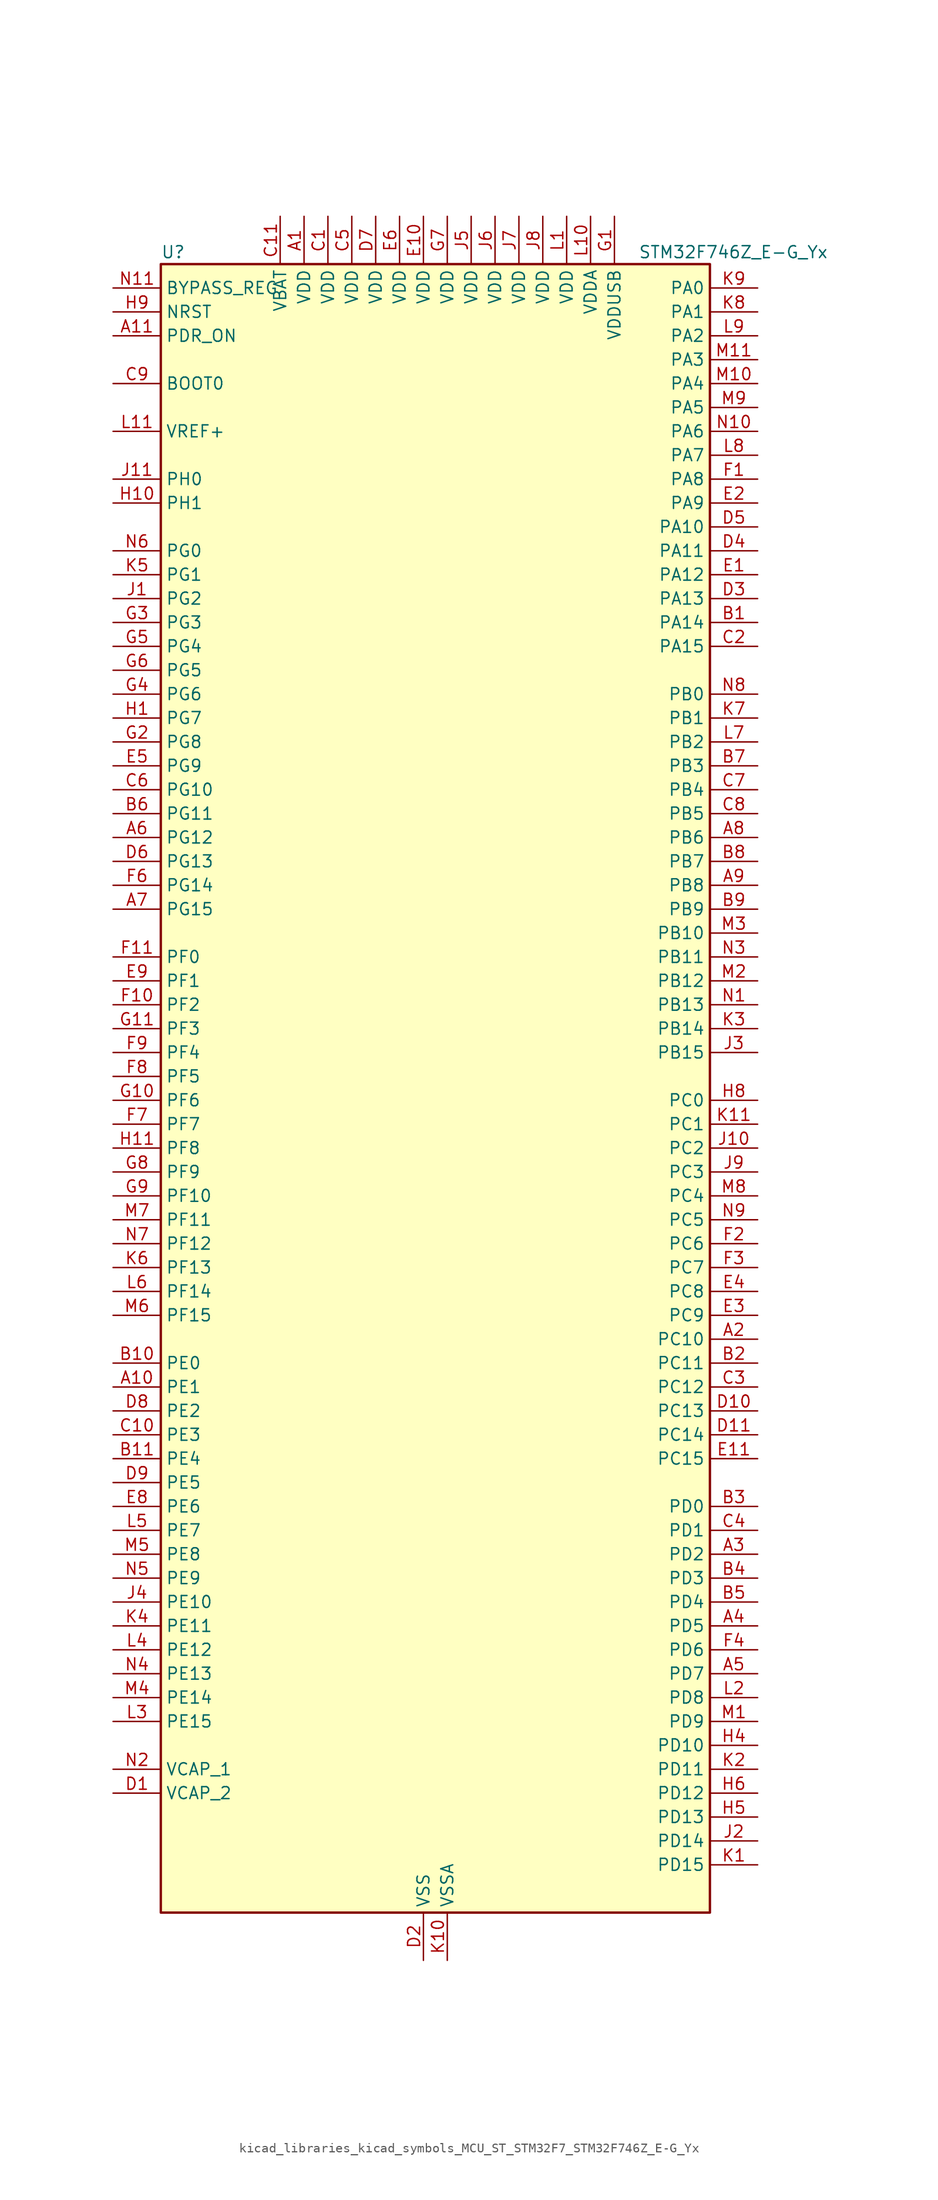
<source format=kicad_sym>
(kicad_symbol_lib
  (version 20220914)
  (generator kicad_symbol_editor)
  (symbol "kicad_libraries_kicad_symbols_MCU_ST_STM32F7_STM32F746Z_E-G_Yx"
    (property "Reference" "U"
      (at -27.94 90.17 0)
      (effects (font (size 1.27 1.27)) (justify left)))
    (property "Value" "STM32F746Z_E-G_Yx"
      (at 22.86 90.17 0)
      (effects (font (size 1.27 1.27)) (justify left)))
    (property "ki_locked" ""
      (at 0 0 0)
      (effects (font (size 1.27 1.27))))
    (symbol "kicad_libraries_kicad_symbols_MCU_ST_STM32F7_STM32F746Z_E-G_Yx_0_1"
      (rectangle (start -27.94 -86.36) (end 30.48 88.9) (stroke (width 0.254) (type default)) (fill (type background))))
    (symbol "kicad_libraries_kicad_symbols_MCU_ST_STM32F7_STM32F746Z_E-G_Yx_1_1"
      (pin power_in line (at -12.7 93.98 270) (length 5.08) (name "VDD" (effects (font (size 1.27 1.27)))) (number "A1" (effects (font (size 1.27 1.27)))))
      (pin bidirectional line (at -33.02 -30.48 0) (length 5.08) (name "PE1" (effects (font (size 1.27 1.27)))) (number "A10" (effects (font (size 1.27 1.27)))) (alternate "DCMI_D3" bidirectional line) (alternate "FMC_NBL1" bidirectional line) (alternate "LPTIM1_IN2" bidirectional line) (alternate "UART8_TX" bidirectional line))
      (pin input line (at -33.02 81.28 0) (length 5.08) (name "PDR_ON" (effects (font (size 1.27 1.27)))) (number "A11" (effects (font (size 1.27 1.27)))))
      (pin bidirectional line (at 35.56 -25.4 180) (length 5.08) (name "PC10" (effects (font (size 1.27 1.27)))) (number "A2" (effects (font (size 1.27 1.27)))) (alternate "DCMI_D8" bidirectional line) (alternate "I2S3_CK" bidirectional line) (alternate "LTDC_R2" bidirectional line) (alternate "QUADSPI_BK1_IO1" bidirectional line) (alternate "SDMMC1_D2" bidirectional line) (alternate "SPI3_SCK" bidirectional line) (alternate "UART4_TX" bidirectional line) (alternate "USART3_TX" bidirectional line))
      (pin bidirectional line (at 35.56 -48.26 180) (length 5.08) (name "PD2" (effects (font (size 1.27 1.27)))) (number "A3" (effects (font (size 1.27 1.27)))) (alternate "DCMI_D11" bidirectional line) (alternate "SDMMC1_CMD" bidirectional line) (alternate "SYS_TRACED2" bidirectional line) (alternate "TIM3_ETR" bidirectional line) (alternate "UART5_RX" bidirectional line))
      (pin bidirectional line (at 35.56 -55.88 180) (length 5.08) (name "PD5" (effects (font (size 1.27 1.27)))) (number "A4" (effects (font (size 1.27 1.27)))) (alternate "FMC_NWE" bidirectional line) (alternate "USART2_TX" bidirectional line))
      (pin bidirectional line (at 35.56 -60.96 180) (length 5.08) (name "PD7" (effects (font (size 1.27 1.27)))) (number "A5" (effects (font (size 1.27 1.27)))) (alternate "FMC_NE1" bidirectional line) (alternate "SPDIFRX_IN0" bidirectional line) (alternate "USART2_CK" bidirectional line))
      (pin bidirectional line (at -33.02 27.94 0) (length 5.08) (name "PG12" (effects (font (size 1.27 1.27)))) (number "A6" (effects (font (size 1.27 1.27)))) (alternate "FMC_NE4" bidirectional line) (alternate "LPTIM1_IN1" bidirectional line) (alternate "LTDC_B1" bidirectional line) (alternate "LTDC_B4" bidirectional line) (alternate "SPDIFRX_IN1" bidirectional line) (alternate "SPI6_MISO" bidirectional line) (alternate "USART6_DE" bidirectional line) (alternate "USART6_RTS" bidirectional line))
      (pin bidirectional line (at -33.02 20.32 0) (length 5.08) (name "PG15" (effects (font (size 1.27 1.27)))) (number "A7" (effects (font (size 1.27 1.27)))) (alternate "DCMI_D13" bidirectional line) (alternate "FMC_SDNCAS" bidirectional line) (alternate "USART6_CTS" bidirectional line))
      (pin bidirectional line (at 35.56 27.94 180) (length 5.08) (name "PB6" (effects (font (size 1.27 1.27)))) (number "A8" (effects (font (size 1.27 1.27)))) (alternate "CAN2_TX" bidirectional line) (alternate "CEC" bidirectional line) (alternate "DCMI_D5" bidirectional line) (alternate "FMC_SDNE1" bidirectional line) (alternate "I2C1_SCL" bidirectional line) (alternate "QUADSPI_BK1_NCS" bidirectional line) (alternate "TIM4_CH1" bidirectional line) (alternate "USART1_TX" bidirectional line))
      (pin bidirectional line (at 35.56 22.86 180) (length 5.08) (name "PB8" (effects (font (size 1.27 1.27)))) (number "A9" (effects (font (size 1.27 1.27)))) (alternate "CAN1_RX" bidirectional line) (alternate "DCMI_D6" bidirectional line) (alternate "ETH_TXD3" bidirectional line) (alternate "I2C1_SCL" bidirectional line) (alternate "LTDC_B6" bidirectional line) (alternate "SDMMC1_D4" bidirectional line) (alternate "TIM10_CH1" bidirectional line) (alternate "TIM4_CH3" bidirectional line))
      (pin bidirectional line (at 35.56 50.8 180) (length 5.08) (name "PA14" (effects (font (size 1.27 1.27)))) (number "B1" (effects (font (size 1.27 1.27)))) (alternate "SYS_JTCK-SWCLK" bidirectional line))
      (pin bidirectional line (at -33.02 -27.94 0) (length 5.08) (name "PE0" (effects (font (size 1.27 1.27)))) (number "B10" (effects (font (size 1.27 1.27)))) (alternate "DCMI_D2" bidirectional line) (alternate "FMC_NBL0" bidirectional line) (alternate "LPTIM1_ETR" bidirectional line) (alternate "SAI2_MCLK_A" bidirectional line) (alternate "TIM4_ETR" bidirectional line) (alternate "UART8_RX" bidirectional line))
      (pin bidirectional line (at -33.02 -38.1 0) (length 5.08) (name "PE4" (effects (font (size 1.27 1.27)))) (number "B11" (effects (font (size 1.27 1.27)))) (alternate "DCMI_D4" bidirectional line) (alternate "FMC_A20" bidirectional line) (alternate "LTDC_B0" bidirectional line) (alternate "SAI1_FS_A" bidirectional line) (alternate "SPI4_NSS" bidirectional line) (alternate "SYS_TRACED1" bidirectional line))
      (pin bidirectional line (at 35.56 -27.94 180) (length 5.08) (name "PC11" (effects (font (size 1.27 1.27)))) (number "B2" (effects (font (size 1.27 1.27)))) (alternate "ADC1_EXTI11" bidirectional line) (alternate "ADC2_EXTI11" bidirectional line) (alternate "ADC3_EXTI11" bidirectional line) (alternate "DCMI_D4" bidirectional line) (alternate "QUADSPI_BK2_NCS" bidirectional line) (alternate "SDMMC1_D3" bidirectional line) (alternate "SPI3_MISO" bidirectional line) (alternate "UART4_RX" bidirectional line) (alternate "USART3_RX" bidirectional line))
      (pin bidirectional line (at 35.56 -43.18 180) (length 5.08) (name "PD0" (effects (font (size 1.27 1.27)))) (number "B3" (effects (font (size 1.27 1.27)))) (alternate "CAN1_RX" bidirectional line) (alternate "FMC_D2" bidirectional line) (alternate "FMC_DA2" bidirectional line))
      (pin bidirectional line (at 35.56 -50.8 180) (length 5.08) (name "PD3" (effects (font (size 1.27 1.27)))) (number "B4" (effects (font (size 1.27 1.27)))) (alternate "DCMI_D5" bidirectional line) (alternate "FMC_CLK" bidirectional line) (alternate "I2S2_CK" bidirectional line) (alternate "LTDC_G7" bidirectional line) (alternate "SPI2_SCK" bidirectional line) (alternate "USART2_CTS" bidirectional line))
      (pin bidirectional line (at 35.56 -53.34 180) (length 5.08) (name "PD4" (effects (font (size 1.27 1.27)))) (number "B5" (effects (font (size 1.27 1.27)))) (alternate "FMC_NOE" bidirectional line) (alternate "USART2_DE" bidirectional line) (alternate "USART2_RTS" bidirectional line))
      (pin bidirectional line (at -33.02 30.48 0) (length 5.08) (name "PG11" (effects (font (size 1.27 1.27)))) (number "B6" (effects (font (size 1.27 1.27)))) (alternate "ADC1_EXTI11" bidirectional line) (alternate "ADC2_EXTI11" bidirectional line) (alternate "ADC3_EXTI11" bidirectional line) (alternate "DCMI_D3" bidirectional line) (alternate "ETH_TX_EN" bidirectional line) (alternate "LTDC_B3" bidirectional line) (alternate "SPDIFRX_IN0" bidirectional line))
      (pin bidirectional line (at 35.56 35.56 180) (length 5.08) (name "PB3" (effects (font (size 1.27 1.27)))) (number "B7" (effects (font (size 1.27 1.27)))) (alternate "I2S1_CK" bidirectional line) (alternate "I2S3_CK" bidirectional line) (alternate "SPI1_SCK" bidirectional line) (alternate "SPI3_SCK" bidirectional line) (alternate "SYS_JTDO-SWO" bidirectional line) (alternate "TIM2_CH2" bidirectional line))
      (pin bidirectional line (at 35.56 25.4 180) (length 5.08) (name "PB7" (effects (font (size 1.27 1.27)))) (number "B8" (effects (font (size 1.27 1.27)))) (alternate "DCMI_VSYNC" bidirectional line) (alternate "FMC_NL" bidirectional line) (alternate "I2C1_SDA" bidirectional line) (alternate "TIM4_CH2" bidirectional line) (alternate "USART1_RX" bidirectional line))
      (pin bidirectional line (at 35.56 20.32 180) (length 5.08) (name "PB9" (effects (font (size 1.27 1.27)))) (number "B9" (effects (font (size 1.27 1.27)))) (alternate "CAN1_TX" bidirectional line) (alternate "DAC_EXTI9" bidirectional line) (alternate "DCMI_D7" bidirectional line) (alternate "I2C1_SDA" bidirectional line) (alternate "I2S2_WS" bidirectional line) (alternate "LTDC_B7" bidirectional line) (alternate "SDMMC1_D5" bidirectional line) (alternate "SPI2_NSS" bidirectional line) (alternate "TIM11_CH1" bidirectional line) (alternate "TIM4_CH4" bidirectional line))
      (pin power_in line (at -10.16 93.98 270) (length 5.08) (name "VDD" (effects (font (size 1.27 1.27)))) (number "C1" (effects (font (size 1.27 1.27)))))
      (pin bidirectional line (at -33.02 -35.56 0) (length 5.08) (name "PE3" (effects (font (size 1.27 1.27)))) (number "C10" (effects (font (size 1.27 1.27)))) (alternate "FMC_A19" bidirectional line) (alternate "SAI1_SD_B" bidirectional line) (alternate "SYS_TRACED0" bidirectional line))
      (pin power_in line (at -15.24 93.98 270) (length 5.08) (name "VBAT" (effects (font (size 1.27 1.27)))) (number "C11" (effects (font (size 1.27 1.27)))))
      (pin bidirectional line (at 35.56 48.26 180) (length 5.08) (name "PA15" (effects (font (size 1.27 1.27)))) (number "C2" (effects (font (size 1.27 1.27)))) (alternate "CEC" bidirectional line) (alternate "I2S1_WS" bidirectional line) (alternate "I2S3_WS" bidirectional line) (alternate "SPI1_NSS" bidirectional line) (alternate "SPI3_NSS" bidirectional line) (alternate "SYS_JTDI" bidirectional line) (alternate "TIM2_CH1" bidirectional line) (alternate "TIM2_ETR" bidirectional line) (alternate "UART4_DE" bidirectional line) (alternate "UART4_RTS" bidirectional line))
      (pin bidirectional line (at 35.56 -30.48 180) (length 5.08) (name "PC12" (effects (font (size 1.27 1.27)))) (number "C3" (effects (font (size 1.27 1.27)))) (alternate "DCMI_D9" bidirectional line) (alternate "I2S3_SD" bidirectional line) (alternate "SDMMC1_CK" bidirectional line) (alternate "SPI3_MOSI" bidirectional line) (alternate "SYS_TRACED3" bidirectional line) (alternate "UART5_TX" bidirectional line) (alternate "USART3_CK" bidirectional line))
      (pin bidirectional line (at 35.56 -45.72 180) (length 5.08) (name "PD1" (effects (font (size 1.27 1.27)))) (number "C4" (effects (font (size 1.27 1.27)))) (alternate "CAN1_TX" bidirectional line) (alternate "FMC_D3" bidirectional line) (alternate "FMC_DA3" bidirectional line))
      (pin power_in line (at -7.62 93.98 270) (length 5.08) (name "VDD" (effects (font (size 1.27 1.27)))) (number "C5" (effects (font (size 1.27 1.27)))))
      (pin bidirectional line (at -33.02 33.02 0) (length 5.08) (name "PG10" (effects (font (size 1.27 1.27)))) (number "C6" (effects (font (size 1.27 1.27)))) (alternate "DCMI_D2" bidirectional line) (alternate "FMC_NE3" bidirectional line) (alternate "LTDC_B2" bidirectional line) (alternate "LTDC_G3" bidirectional line) (alternate "SAI2_SD_B" bidirectional line))
      (pin bidirectional line (at 35.56 33.02 180) (length 5.08) (name "PB4" (effects (font (size 1.27 1.27)))) (number "C7" (effects (font (size 1.27 1.27)))) (alternate "I2S2_WS" bidirectional line) (alternate "SPI1_MISO" bidirectional line) (alternate "SPI2_NSS" bidirectional line) (alternate "SPI3_MISO" bidirectional line) (alternate "SYS_JTRST" bidirectional line) (alternate "TIM3_CH1" bidirectional line))
      (pin bidirectional line (at 35.56 30.48 180) (length 5.08) (name "PB5" (effects (font (size 1.27 1.27)))) (number "C8" (effects (font (size 1.27 1.27)))) (alternate "CAN2_RX" bidirectional line) (alternate "DCMI_D10" bidirectional line) (alternate "ETH_PPS_OUT" bidirectional line) (alternate "FMC_SDCKE1" bidirectional line) (alternate "I2C1_SMBA" bidirectional line) (alternate "I2S1_SD" bidirectional line) (alternate "I2S3_SD" bidirectional line) (alternate "SPI1_MOSI" bidirectional line) (alternate "SPI3_MOSI" bidirectional line) (alternate "TIM3_CH2" bidirectional line) (alternate "USB_OTG_HS_ULPI_D7" bidirectional line))
      (pin input line (at -33.02 76.2 0) (length 5.08) (name "BOOT0" (effects (font (size 1.27 1.27)))) (number "C9" (effects (font (size 1.27 1.27)))))
      (pin power_out line (at -33.02 -73.66 0) (length 5.08) (name "VCAP_2" (effects (font (size 1.27 1.27)))) (number "D1" (effects (font (size 1.27 1.27)))))
      (pin bidirectional line (at 35.56 -33.02 180) (length 5.08) (name "PC13" (effects (font (size 1.27 1.27)))) (number "D10" (effects (font (size 1.27 1.27)))) (alternate "RTC_OUT" bidirectional line) (alternate "RTC_TAMP1" bidirectional line) (alternate "RTC_TS" bidirectional line) (alternate "SYS_WKUP4" bidirectional line))
      (pin bidirectional line (at 35.56 -35.56 180) (length 5.08) (name "PC14" (effects (font (size 1.27 1.27)))) (number "D11" (effects (font (size 1.27 1.27)))) (alternate "RCC_OSC32_IN" bidirectional line))
      (pin power_in line (at 0 -91.44 90) (length 5.08) (name "VSS" (effects (font (size 1.27 1.27)))) (number "D2" (effects (font (size 1.27 1.27)))))
      (pin bidirectional line (at 35.56 53.34 180) (length 5.08) (name "PA13" (effects (font (size 1.27 1.27)))) (number "D3" (effects (font (size 1.27 1.27)))) (alternate "SYS_JTMS-SWDIO" bidirectional line))
      (pin bidirectional line (at 35.56 58.42 180) (length 5.08) (name "PA11" (effects (font (size 1.27 1.27)))) (number "D4" (effects (font (size 1.27 1.27)))) (alternate "ADC1_EXTI11" bidirectional line) (alternate "ADC2_EXTI11" bidirectional line) (alternate "ADC3_EXTI11" bidirectional line) (alternate "CAN1_RX" bidirectional line) (alternate "LTDC_R4" bidirectional line) (alternate "TIM1_CH4" bidirectional line) (alternate "USART1_CTS" bidirectional line) (alternate "USB_OTG_FS_DM" bidirectional line))
      (pin bidirectional line (at 35.56 60.96 180) (length 5.08) (name "PA10" (effects (font (size 1.27 1.27)))) (number "D5" (effects (font (size 1.27 1.27)))) (alternate "DCMI_D1" bidirectional line) (alternate "TIM1_CH3" bidirectional line) (alternate "USART1_RX" bidirectional line) (alternate "USB_OTG_FS_ID" bidirectional line))
      (pin bidirectional line (at -33.02 25.4 0) (length 5.08) (name "PG13" (effects (font (size 1.27 1.27)))) (number "D6" (effects (font (size 1.27 1.27)))) (alternate "ETH_TXD0" bidirectional line) (alternate "FMC_A24" bidirectional line) (alternate "LPTIM1_OUT" bidirectional line) (alternate "LTDC_R0" bidirectional line) (alternate "SPI6_SCK" bidirectional line) (alternate "SYS_TRACED0" bidirectional line) (alternate "USART6_CTS" bidirectional line))
      (pin power_in line (at -5.08 93.98 270) (length 5.08) (name "VDD" (effects (font (size 1.27 1.27)))) (number "D7" (effects (font (size 1.27 1.27)))))
      (pin bidirectional line (at -33.02 -33.02 0) (length 5.08) (name "PE2" (effects (font (size 1.27 1.27)))) (number "D8" (effects (font (size 1.27 1.27)))) (alternate "ETH_TXD3" bidirectional line) (alternate "FMC_A23" bidirectional line) (alternate "QUADSPI_BK1_IO2" bidirectional line) (alternate "SAI1_MCLK_A" bidirectional line) (alternate "SPI4_SCK" bidirectional line) (alternate "SYS_TRACECLK" bidirectional line))
      (pin bidirectional line (at -33.02 -40.64 0) (length 5.08) (name "PE5" (effects (font (size 1.27 1.27)))) (number "D9" (effects (font (size 1.27 1.27)))) (alternate "DCMI_D6" bidirectional line) (alternate "FMC_A21" bidirectional line) (alternate "LTDC_G0" bidirectional line) (alternate "SAI1_SCK_A" bidirectional line) (alternate "SPI4_MISO" bidirectional line) (alternate "SYS_TRACED2" bidirectional line) (alternate "TIM9_CH1" bidirectional line))
      (pin bidirectional line (at 35.56 55.88 180) (length 5.08) (name "PA12" (effects (font (size 1.27 1.27)))) (number "E1" (effects (font (size 1.27 1.27)))) (alternate "CAN1_TX" bidirectional line) (alternate "LTDC_R5" bidirectional line) (alternate "SAI2_FS_B" bidirectional line) (alternate "TIM1_ETR" bidirectional line) (alternate "USART1_DE" bidirectional line) (alternate "USART1_RTS" bidirectional line) (alternate "USB_OTG_FS_DP" bidirectional line))
      (pin power_in line (at 0 93.98 270) (length 5.08) (name "VDD" (effects (font (size 1.27 1.27)))) (number "E10" (effects (font (size 1.27 1.27)))))
      (pin bidirectional line (at 35.56 -38.1 180) (length 5.08) (name "PC15" (effects (font (size 1.27 1.27)))) (number "E11" (effects (font (size 1.27 1.27)))) (alternate "RCC_OSC32_OUT" bidirectional line))
      (pin bidirectional line (at 35.56 63.5 180) (length 5.08) (name "PA9" (effects (font (size 1.27 1.27)))) (number "E2" (effects (font (size 1.27 1.27)))) (alternate "DAC_EXTI9" bidirectional line) (alternate "DCMI_D0" bidirectional line) (alternate "I2C3_SMBA" bidirectional line) (alternate "I2S2_CK" bidirectional line) (alternate "SPI2_SCK" bidirectional line) (alternate "TIM1_CH2" bidirectional line) (alternate "USART1_TX" bidirectional line) (alternate "USB_OTG_FS_VBUS" bidirectional line))
      (pin bidirectional line (at 35.56 -22.86 180) (length 5.08) (name "PC9" (effects (font (size 1.27 1.27)))) (number "E3" (effects (font (size 1.27 1.27)))) (alternate "DAC_EXTI9" bidirectional line) (alternate "DCMI_D3" bidirectional line) (alternate "I2C3_SDA" bidirectional line) (alternate "I2S_CKIN" bidirectional line) (alternate "QUADSPI_BK1_IO0" bidirectional line) (alternate "RCC_MCO_2" bidirectional line) (alternate "SDMMC1_D1" bidirectional line) (alternate "TIM3_CH4" bidirectional line) (alternate "TIM8_CH4" bidirectional line) (alternate "UART5_CTS" bidirectional line))
      (pin bidirectional line (at 35.56 -20.32 180) (length 5.08) (name "PC8" (effects (font (size 1.27 1.27)))) (number "E4" (effects (font (size 1.27 1.27)))) (alternate "DCMI_D2" bidirectional line) (alternate "SDMMC1_D0" bidirectional line) (alternate "SYS_TRACED1" bidirectional line) (alternate "TIM3_CH3" bidirectional line) (alternate "TIM8_CH3" bidirectional line) (alternate "UART5_DE" bidirectional line) (alternate "UART5_RTS" bidirectional line) (alternate "USART6_CK" bidirectional line))
      (pin bidirectional line (at -33.02 35.56 0) (length 5.08) (name "PG9" (effects (font (size 1.27 1.27)))) (number "E5" (effects (font (size 1.27 1.27)))) (alternate "DAC_EXTI9" bidirectional line) (alternate "DCMI_VSYNC" bidirectional line) (alternate "FMC_NCE" bidirectional line) (alternate "FMC_NE2" bidirectional line) (alternate "QUADSPI_BK2_IO2" bidirectional line) (alternate "SAI2_FS_B" bidirectional line) (alternate "SPDIFRX_IN3" bidirectional line) (alternate "USART6_RX" bidirectional line))
      (pin power_in line (at -2.54 93.98 270) (length 5.08) (name "VDD" (effects (font (size 1.27 1.27)))) (number "E6" (effects (font (size 1.27 1.27)))))
      (pin passive line (at 0 -91.44 90) (length 5.08) hide (name "VSS" (effects (font (size 1.27 1.27)))) (number "E7" (effects (font (size 1.27 1.27)))))
      (pin bidirectional line (at -33.02 -43.18 0) (length 5.08) (name "PE6" (effects (font (size 1.27 1.27)))) (number "E8" (effects (font (size 1.27 1.27)))) (alternate "DCMI_D7" bidirectional line) (alternate "FMC_A22" bidirectional line) (alternate "LTDC_G1" bidirectional line) (alternate "SAI1_SD_A" bidirectional line) (alternate "SAI2_MCLK_B" bidirectional line) (alternate "SPI4_MOSI" bidirectional line) (alternate "SYS_TRACED3" bidirectional line) (alternate "TIM1_BKIN2" bidirectional line) (alternate "TIM9_CH2" bidirectional line))
      (pin bidirectional line (at -33.02 12.7 0) (length 5.08) (name "PF1" (effects (font (size 1.27 1.27)))) (number "E9" (effects (font (size 1.27 1.27)))) (alternate "FMC_A1" bidirectional line) (alternate "I2C2_SCL" bidirectional line))
      (pin bidirectional line (at 35.56 66.04 180) (length 5.08) (name "PA8" (effects (font (size 1.27 1.27)))) (number "F1" (effects (font (size 1.27 1.27)))) (alternate "I2C3_SCL" bidirectional line) (alternate "LTDC_R6" bidirectional line) (alternate "RCC_MCO_1" bidirectional line) (alternate "TIM1_CH1" bidirectional line) (alternate "TIM8_BKIN2" bidirectional line) (alternate "USART1_CK" bidirectional line) (alternate "USB_OTG_FS_SOF" bidirectional line))
      (pin bidirectional line (at -33.02 10.16 0) (length 5.08) (name "PF2" (effects (font (size 1.27 1.27)))) (number "F10" (effects (font (size 1.27 1.27)))) (alternate "FMC_A2" bidirectional line) (alternate "I2C2_SMBA" bidirectional line))
      (pin bidirectional line (at -33.02 15.24 0) (length 5.08) (name "PF0" (effects (font (size 1.27 1.27)))) (number "F11" (effects (font (size 1.27 1.27)))) (alternate "FMC_A0" bidirectional line) (alternate "I2C2_SDA" bidirectional line))
      (pin bidirectional line (at 35.56 -15.24 180) (length 5.08) (name "PC6" (effects (font (size 1.27 1.27)))) (number "F2" (effects (font (size 1.27 1.27)))) (alternate "DCMI_D0" bidirectional line) (alternate "I2S2_MCK" bidirectional line) (alternate "LTDC_HSYNC" bidirectional line) (alternate "SDMMC1_D6" bidirectional line) (alternate "TIM3_CH1" bidirectional line) (alternate "TIM8_CH1" bidirectional line) (alternate "USART6_TX" bidirectional line))
      (pin bidirectional line (at 35.56 -17.78 180) (length 5.08) (name "PC7" (effects (font (size 1.27 1.27)))) (number "F3" (effects (font (size 1.27 1.27)))) (alternate "DCMI_D1" bidirectional line) (alternate "I2S3_MCK" bidirectional line) (alternate "LTDC_G6" bidirectional line) (alternate "SDMMC1_D7" bidirectional line) (alternate "TIM3_CH2" bidirectional line) (alternate "TIM8_CH2" bidirectional line) (alternate "USART6_RX" bidirectional line))
      (pin bidirectional line (at 35.56 -58.42 180) (length 5.08) (name "PD6" (effects (font (size 1.27 1.27)))) (number "F4" (effects (font (size 1.27 1.27)))) (alternate "DCMI_D10" bidirectional line) (alternate "FMC_NWAIT" bidirectional line) (alternate "I2S3_SD" bidirectional line) (alternate "LTDC_B2" bidirectional line) (alternate "SAI1_SD_A" bidirectional line) (alternate "SPI3_MOSI" bidirectional line) (alternate "USART2_RX" bidirectional line))
      (pin passive line (at 0 -91.44 90) (length 5.08) hide (name "VSS" (effects (font (size 1.27 1.27)))) (number "F5" (effects (font (size 1.27 1.27)))))
      (pin bidirectional line (at -33.02 22.86 0) (length 5.08) (name "PG14" (effects (font (size 1.27 1.27)))) (number "F6" (effects (font (size 1.27 1.27)))) (alternate "ETH_TXD1" bidirectional line) (alternate "FMC_A25" bidirectional line) (alternate "LPTIM1_ETR" bidirectional line) (alternate "LTDC_B0" bidirectional line) (alternate "QUADSPI_BK2_IO3" bidirectional line) (alternate "SPI6_MOSI" bidirectional line) (alternate "SYS_TRACED1" bidirectional line) (alternate "USART6_TX" bidirectional line))
      (pin bidirectional line (at -33.02 -2.54 0) (length 5.08) (name "PF7" (effects (font (size 1.27 1.27)))) (number "F7" (effects (font (size 1.27 1.27)))) (alternate "ADC3_IN5" bidirectional line) (alternate "QUADSPI_BK1_IO2" bidirectional line) (alternate "SAI1_MCLK_B" bidirectional line) (alternate "SPI5_SCK" bidirectional line) (alternate "TIM11_CH1" bidirectional line) (alternate "UART7_TX" bidirectional line))
      (pin bidirectional line (at -33.02 2.54 0) (length 5.08) (name "PF5" (effects (font (size 1.27 1.27)))) (number "F8" (effects (font (size 1.27 1.27)))) (alternate "ADC3_IN15" bidirectional line) (alternate "FMC_A5" bidirectional line))
      (pin bidirectional line (at -33.02 5.08 0) (length 5.08) (name "PF4" (effects (font (size 1.27 1.27)))) (number "F9" (effects (font (size 1.27 1.27)))) (alternate "ADC3_IN14" bidirectional line) (alternate "FMC_A4" bidirectional line))
      (pin power_in line (at 20.32 93.98 270) (length 5.08) (name "VDDUSB" (effects (font (size 1.27 1.27)))) (number "G1" (effects (font (size 1.27 1.27)))))
      (pin bidirectional line (at -33.02 0 0) (length 5.08) (name "PF6" (effects (font (size 1.27 1.27)))) (number "G10" (effects (font (size 1.27 1.27)))) (alternate "ADC3_IN4" bidirectional line) (alternate "QUADSPI_BK1_IO3" bidirectional line) (alternate "SAI1_SD_B" bidirectional line) (alternate "SPI5_NSS" bidirectional line) (alternate "TIM10_CH1" bidirectional line) (alternate "UART7_RX" bidirectional line))
      (pin bidirectional line (at -33.02 7.62 0) (length 5.08) (name "PF3" (effects (font (size 1.27 1.27)))) (number "G11" (effects (font (size 1.27 1.27)))) (alternate "ADC3_IN9" bidirectional line) (alternate "FMC_A3" bidirectional line))
      (pin bidirectional line (at -33.02 38.1 0) (length 5.08) (name "PG8" (effects (font (size 1.27 1.27)))) (number "G2" (effects (font (size 1.27 1.27)))) (alternate "ETH_PPS_OUT" bidirectional line) (alternate "FMC_SDCLK" bidirectional line) (alternate "SPDIFRX_IN2" bidirectional line) (alternate "SPI6_NSS" bidirectional line) (alternate "USART6_DE" bidirectional line) (alternate "USART6_RTS" bidirectional line))
      (pin bidirectional line (at -33.02 50.8 0) (length 5.08) (name "PG3" (effects (font (size 1.27 1.27)))) (number "G3" (effects (font (size 1.27 1.27)))) (alternate "FMC_A13" bidirectional line))
      (pin bidirectional line (at -33.02 43.18 0) (length 5.08) (name "PG6" (effects (font (size 1.27 1.27)))) (number "G4" (effects (font (size 1.27 1.27)))) (alternate "DCMI_D12" bidirectional line) (alternate "LTDC_R7" bidirectional line))
      (pin bidirectional line (at -33.02 48.26 0) (length 5.08) (name "PG4" (effects (font (size 1.27 1.27)))) (number "G5" (effects (font (size 1.27 1.27)))) (alternate "FMC_A14" bidirectional line) (alternate "FMC_BA0" bidirectional line))
      (pin bidirectional line (at -33.02 45.72 0) (length 5.08) (name "PG5" (effects (font (size 1.27 1.27)))) (number "G6" (effects (font (size 1.27 1.27)))) (alternate "FMC_A15" bidirectional line) (alternate "FMC_BA1" bidirectional line))
      (pin power_in line (at 2.54 93.98 270) (length 5.08) (name "VDD" (effects (font (size 1.27 1.27)))) (number "G7" (effects (font (size 1.27 1.27)))))
      (pin bidirectional line (at -33.02 -7.62 0) (length 5.08) (name "PF9" (effects (font (size 1.27 1.27)))) (number "G8" (effects (font (size 1.27 1.27)))) (alternate "ADC3_IN7" bidirectional line) (alternate "DAC_EXTI9" bidirectional line) (alternate "QUADSPI_BK1_IO1" bidirectional line) (alternate "SAI1_FS_B" bidirectional line) (alternate "SPI5_MOSI" bidirectional line) (alternate "TIM14_CH1" bidirectional line) (alternate "UART7_CTS" bidirectional line))
      (pin bidirectional line (at -33.02 -10.16 0) (length 5.08) (name "PF10" (effects (font (size 1.27 1.27)))) (number "G9" (effects (font (size 1.27 1.27)))) (alternate "ADC3_IN8" bidirectional line) (alternate "DCMI_D11" bidirectional line) (alternate "LTDC_DE" bidirectional line))
      (pin bidirectional line (at -33.02 40.64 0) (length 5.08) (name "PG7" (effects (font (size 1.27 1.27)))) (number "H1" (effects (font (size 1.27 1.27)))) (alternate "DCMI_D13" bidirectional line) (alternate "FMC_INT" bidirectional line) (alternate "LTDC_CLK" bidirectional line) (alternate "USART6_CK" bidirectional line))
      (pin bidirectional line (at -33.02 63.5 0) (length 5.08) (name "PH1" (effects (font (size 1.27 1.27)))) (number "H10" (effects (font (size 1.27 1.27)))) (alternate "RCC_OSC_OUT" bidirectional line))
      (pin bidirectional line (at -33.02 -5.08 0) (length 5.08) (name "PF8" (effects (font (size 1.27 1.27)))) (number "H11" (effects (font (size 1.27 1.27)))) (alternate "ADC3_IN6" bidirectional line) (alternate "QUADSPI_BK1_IO0" bidirectional line) (alternate "SAI1_SCK_B" bidirectional line) (alternate "SPI5_MISO" bidirectional line) (alternate "TIM13_CH1" bidirectional line) (alternate "UART7_DE" bidirectional line) (alternate "UART7_RTS" bidirectional line))
      (pin passive line (at 0 -91.44 90) (length 5.08) hide (name "VSS" (effects (font (size 1.27 1.27)))) (number "H2" (effects (font (size 1.27 1.27)))))
      (pin passive line (at 0 -91.44 90) (length 5.08) hide (name "VSS" (effects (font (size 1.27 1.27)))) (number "H3" (effects (font (size 1.27 1.27)))))
      (pin bidirectional line (at 35.56 -68.58 180) (length 5.08) (name "PD10" (effects (font (size 1.27 1.27)))) (number "H4" (effects (font (size 1.27 1.27)))) (alternate "FMC_D15" bidirectional line) (alternate "FMC_DA15" bidirectional line) (alternate "LTDC_B3" bidirectional line) (alternate "USART3_CK" bidirectional line))
      (pin bidirectional line (at 35.56 -76.2 180) (length 5.08) (name "PD13" (effects (font (size 1.27 1.27)))) (number "H5" (effects (font (size 1.27 1.27)))) (alternate "FMC_A18" bidirectional line) (alternate "I2C4_SDA" bidirectional line) (alternate "LPTIM1_OUT" bidirectional line) (alternate "QUADSPI_BK1_IO3" bidirectional line) (alternate "SAI2_SCK_A" bidirectional line) (alternate "TIM4_CH2" bidirectional line))
      (pin bidirectional line (at 35.56 -73.66 180) (length 5.08) (name "PD12" (effects (font (size 1.27 1.27)))) (number "H6" (effects (font (size 1.27 1.27)))) (alternate "FMC_A17" bidirectional line) (alternate "FMC_ALE" bidirectional line) (alternate "I2C4_SCL" bidirectional line) (alternate "LPTIM1_IN1" bidirectional line) (alternate "QUADSPI_BK1_IO1" bidirectional line) (alternate "SAI2_FS_A" bidirectional line) (alternate "TIM4_CH1" bidirectional line) (alternate "USART3_DE" bidirectional line) (alternate "USART3_RTS" bidirectional line))
      (pin passive line (at 0 -91.44 90) (length 5.08) hide (name "VSS" (effects (font (size 1.27 1.27)))) (number "H7" (effects (font (size 1.27 1.27)))))
      (pin bidirectional line (at 35.56 0 180) (length 5.08) (name "PC0" (effects (font (size 1.27 1.27)))) (number "H8" (effects (font (size 1.27 1.27)))) (alternate "ADC1_IN10" bidirectional line) (alternate "ADC2_IN10" bidirectional line) (alternate "ADC3_IN10" bidirectional line) (alternate "FMC_SDNWE" bidirectional line) (alternate "LTDC_R5" bidirectional line) (alternate "SAI2_FS_B" bidirectional line) (alternate "USB_OTG_HS_ULPI_STP" bidirectional line))
      (pin input line (at -33.02 83.82 0) (length 5.08) (name "NRST" (effects (font (size 1.27 1.27)))) (number "H9" (effects (font (size 1.27 1.27)))))
      (pin bidirectional line (at -33.02 53.34 0) (length 5.08) (name "PG2" (effects (font (size 1.27 1.27)))) (number "J1" (effects (font (size 1.27 1.27)))) (alternate "FMC_A12" bidirectional line))
      (pin bidirectional line (at 35.56 -5.08 180) (length 5.08) (name "PC2" (effects (font (size 1.27 1.27)))) (number "J10" (effects (font (size 1.27 1.27)))) (alternate "ADC1_IN12" bidirectional line) (alternate "ADC2_IN12" bidirectional line) (alternate "ADC3_IN12" bidirectional line) (alternate "ETH_TXD2" bidirectional line) (alternate "FMC_SDNE0" bidirectional line) (alternate "SPI2_MISO" bidirectional line) (alternate "USB_OTG_HS_ULPI_DIR" bidirectional line))
      (pin bidirectional line (at -33.02 66.04 0) (length 5.08) (name "PH0" (effects (font (size 1.27 1.27)))) (number "J11" (effects (font (size 1.27 1.27)))) (alternate "RCC_OSC_IN" bidirectional line))
      (pin bidirectional line (at 35.56 -78.74 180) (length 5.08) (name "PD14" (effects (font (size 1.27 1.27)))) (number "J2" (effects (font (size 1.27 1.27)))) (alternate "FMC_D0" bidirectional line) (alternate "FMC_DA0" bidirectional line) (alternate "TIM4_CH3" bidirectional line) (alternate "UART8_CTS" bidirectional line))
      (pin bidirectional line (at 35.56 5.08 180) (length 5.08) (name "PB15" (effects (font (size 1.27 1.27)))) (number "J3" (effects (font (size 1.27 1.27)))) (alternate "I2S2_SD" bidirectional line) (alternate "RTC_REFIN" bidirectional line) (alternate "SPI2_MOSI" bidirectional line) (alternate "TIM12_CH2" bidirectional line) (alternate "TIM1_CH3N" bidirectional line) (alternate "TIM8_CH3N" bidirectional line) (alternate "USB_OTG_HS_DP" bidirectional line))
      (pin bidirectional line (at -33.02 -53.34 0) (length 5.08) (name "PE10" (effects (font (size 1.27 1.27)))) (number "J4" (effects (font (size 1.27 1.27)))) (alternate "FMC_D7" bidirectional line) (alternate "FMC_DA7" bidirectional line) (alternate "QUADSPI_BK2_IO3" bidirectional line) (alternate "TIM1_CH2N" bidirectional line) (alternate "UART7_CTS" bidirectional line))
      (pin power_in line (at 5.08 93.98 270) (length 5.08) (name "VDD" (effects (font (size 1.27 1.27)))) (number "J5" (effects (font (size 1.27 1.27)))))
      (pin power_in line (at 7.62 93.98 270) (length 5.08) (name "VDD" (effects (font (size 1.27 1.27)))) (number "J6" (effects (font (size 1.27 1.27)))))
      (pin power_in line (at 10.16 93.98 270) (length 5.08) (name "VDD" (effects (font (size 1.27 1.27)))) (number "J7" (effects (font (size 1.27 1.27)))))
      (pin power_in line (at 12.7 93.98 270) (length 5.08) (name "VDD" (effects (font (size 1.27 1.27)))) (number "J8" (effects (font (size 1.27 1.27)))))
      (pin bidirectional line (at 35.56 -7.62 180) (length 5.08) (name "PC3" (effects (font (size 1.27 1.27)))) (number "J9" (effects (font (size 1.27 1.27)))) (alternate "ADC1_IN13" bidirectional line) (alternate "ADC2_IN13" bidirectional line) (alternate "ADC3_IN13" bidirectional line) (alternate "ETH_TX_CLK" bidirectional line) (alternate "FMC_SDCKE0" bidirectional line) (alternate "I2S2_SD" bidirectional line) (alternate "SPI2_MOSI" bidirectional line) (alternate "USB_OTG_HS_ULPI_NXT" bidirectional line))
      (pin bidirectional line (at 35.56 -81.28 180) (length 5.08) (name "PD15" (effects (font (size 1.27 1.27)))) (number "K1" (effects (font (size 1.27 1.27)))) (alternate "FMC_D1" bidirectional line) (alternate "FMC_DA1" bidirectional line) (alternate "TIM4_CH4" bidirectional line) (alternate "UART8_DE" bidirectional line) (alternate "UART8_RTS" bidirectional line))
      (pin power_in line (at 2.54 -91.44 90) (length 5.08) (name "VSSA" (effects (font (size 1.27 1.27)))) (number "K10" (effects (font (size 1.27 1.27)))))
      (pin bidirectional line (at 35.56 -2.54 180) (length 5.08) (name "PC1" (effects (font (size 1.27 1.27)))) (number "K11" (effects (font (size 1.27 1.27)))) (alternate "ADC1_IN11" bidirectional line) (alternate "ADC2_IN11" bidirectional line) (alternate "ADC3_IN11" bidirectional line) (alternate "ETH_MDC" bidirectional line) (alternate "I2S2_SD" bidirectional line) (alternate "RTC_TAMP3" bidirectional line) (alternate "RTC_TS" bidirectional line) (alternate "SAI1_SD_A" bidirectional line) (alternate "SPI2_MOSI" bidirectional line) (alternate "SYS_TRACED0" bidirectional line) (alternate "SYS_WKUP3" bidirectional line))
      (pin bidirectional line (at 35.56 -71.12 180) (length 5.08) (name "PD11" (effects (font (size 1.27 1.27)))) (number "K2" (effects (font (size 1.27 1.27)))) (alternate "ADC1_EXTI11" bidirectional line) (alternate "ADC2_EXTI11" bidirectional line) (alternate "ADC3_EXTI11" bidirectional line) (alternate "FMC_A16" bidirectional line) (alternate "FMC_CLE" bidirectional line) (alternate "I2C4_SMBA" bidirectional line) (alternate "QUADSPI_BK1_IO0" bidirectional line) (alternate "SAI2_SD_A" bidirectional line) (alternate "USART3_CTS" bidirectional line))
      (pin bidirectional line (at 35.56 7.62 180) (length 5.08) (name "PB14" (effects (font (size 1.27 1.27)))) (number "K3" (effects (font (size 1.27 1.27)))) (alternate "SPI2_MISO" bidirectional line) (alternate "TIM12_CH1" bidirectional line) (alternate "TIM1_CH2N" bidirectional line) (alternate "TIM8_CH2N" bidirectional line) (alternate "USART3_DE" bidirectional line) (alternate "USART3_RTS" bidirectional line) (alternate "USB_OTG_HS_DM" bidirectional line))
      (pin bidirectional line (at -33.02 -55.88 0) (length 5.08) (name "PE11" (effects (font (size 1.27 1.27)))) (number "K4" (effects (font (size 1.27 1.27)))) (alternate "ADC1_EXTI11" bidirectional line) (alternate "ADC2_EXTI11" bidirectional line) (alternate "ADC3_EXTI11" bidirectional line) (alternate "FMC_D8" bidirectional line) (alternate "FMC_DA8" bidirectional line) (alternate "LTDC_G3" bidirectional line) (alternate "SAI2_SD_B" bidirectional line) (alternate "SPI4_NSS" bidirectional line) (alternate "TIM1_CH2" bidirectional line))
      (pin bidirectional line (at -33.02 55.88 0) (length 5.08) (name "PG1" (effects (font (size 1.27 1.27)))) (number "K5" (effects (font (size 1.27 1.27)))) (alternate "FMC_A11" bidirectional line))
      (pin bidirectional line (at -33.02 -17.78 0) (length 5.08) (name "PF13" (effects (font (size 1.27 1.27)))) (number "K6" (effects (font (size 1.27 1.27)))) (alternate "FMC_A7" bidirectional line) (alternate "I2C4_SMBA" bidirectional line))
      (pin bidirectional line (at 35.56 40.64 180) (length 5.08) (name "PB1" (effects (font (size 1.27 1.27)))) (number "K7" (effects (font (size 1.27 1.27)))) (alternate "ADC1_IN9" bidirectional line) (alternate "ADC2_IN9" bidirectional line) (alternate "ETH_RXD3" bidirectional line) (alternate "LTDC_R6" bidirectional line) (alternate "TIM1_CH3N" bidirectional line) (alternate "TIM3_CH4" bidirectional line) (alternate "TIM8_CH3N" bidirectional line) (alternate "USB_OTG_HS_ULPI_D2" bidirectional line))
      (pin bidirectional line (at 35.56 83.82 180) (length 5.08) (name "PA1" (effects (font (size 1.27 1.27)))) (number "K8" (effects (font (size 1.27 1.27)))) (alternate "ADC1_IN1" bidirectional line) (alternate "ADC2_IN1" bidirectional line) (alternate "ADC3_IN1" bidirectional line) (alternate "ETH_REF_CLK" bidirectional line) (alternate "ETH_RX_CLK" bidirectional line) (alternate "LTDC_R2" bidirectional line) (alternate "QUADSPI_BK1_IO3" bidirectional line) (alternate "SAI2_MCLK_B" bidirectional line) (alternate "TIM2_CH2" bidirectional line) (alternate "TIM5_CH2" bidirectional line) (alternate "UART4_RX" bidirectional line) (alternate "USART2_DE" bidirectional line) (alternate "USART2_RTS" bidirectional line))
      (pin bidirectional line (at 35.56 86.36 180) (length 5.08) (name "PA0" (effects (font (size 1.27 1.27)))) (number "K9" (effects (font (size 1.27 1.27)))) (alternate "ADC1_IN0" bidirectional line) (alternate "ADC2_IN0" bidirectional line) (alternate "ADC3_IN0" bidirectional line) (alternate "ETH_CRS" bidirectional line) (alternate "SAI2_SD_B" bidirectional line) (alternate "SYS_WKUP1" bidirectional line) (alternate "TIM2_CH1" bidirectional line) (alternate "TIM2_ETR" bidirectional line) (alternate "TIM5_CH1" bidirectional line) (alternate "TIM8_ETR" bidirectional line) (alternate "UART4_TX" bidirectional line) (alternate "USART2_CTS" bidirectional line))
      (pin power_in line (at 15.24 93.98 270) (length 5.08) (name "VDD" (effects (font (size 1.27 1.27)))) (number "L1" (effects (font (size 1.27 1.27)))))
      (pin power_in line (at 17.78 93.98 270) (length 5.08) (name "VDDA" (effects (font (size 1.27 1.27)))) (number "L10" (effects (font (size 1.27 1.27)))))
      (pin input line (at -33.02 71.12 0) (length 5.08) (name "VREF+" (effects (font (size 1.27 1.27)))) (number "L11" (effects (font (size 1.27 1.27)))))
      (pin bidirectional line (at 35.56 -63.5 180) (length 5.08) (name "PD8" (effects (font (size 1.27 1.27)))) (number "L2" (effects (font (size 1.27 1.27)))) (alternate "FMC_D13" bidirectional line) (alternate "FMC_DA13" bidirectional line) (alternate "SPDIFRX_IN1" bidirectional line) (alternate "USART3_TX" bidirectional line))
      (pin bidirectional line (at -33.02 -66.04 0) (length 5.08) (name "PE15" (effects (font (size 1.27 1.27)))) (number "L3" (effects (font (size 1.27 1.27)))) (alternate "FMC_D12" bidirectional line) (alternate "FMC_DA12" bidirectional line) (alternate "LTDC_R7" bidirectional line) (alternate "TIM1_BKIN" bidirectional line))
      (pin bidirectional line (at -33.02 -58.42 0) (length 5.08) (name "PE12" (effects (font (size 1.27 1.27)))) (number "L4" (effects (font (size 1.27 1.27)))) (alternate "FMC_D9" bidirectional line) (alternate "FMC_DA9" bidirectional line) (alternate "LTDC_B4" bidirectional line) (alternate "SAI2_SCK_B" bidirectional line) (alternate "SPI4_SCK" bidirectional line) (alternate "TIM1_CH3N" bidirectional line))
      (pin bidirectional line (at -33.02 -45.72 0) (length 5.08) (name "PE7" (effects (font (size 1.27 1.27)))) (number "L5" (effects (font (size 1.27 1.27)))) (alternate "FMC_D4" bidirectional line) (alternate "FMC_DA4" bidirectional line) (alternate "QUADSPI_BK2_IO0" bidirectional line) (alternate "TIM1_ETR" bidirectional line) (alternate "UART7_RX" bidirectional line))
      (pin bidirectional line (at -33.02 -20.32 0) (length 5.08) (name "PF14" (effects (font (size 1.27 1.27)))) (number "L6" (effects (font (size 1.27 1.27)))) (alternate "FMC_A8" bidirectional line) (alternate "I2C4_SCL" bidirectional line))
      (pin bidirectional line (at 35.56 38.1 180) (length 5.08) (name "PB2" (effects (font (size 1.27 1.27)))) (number "L7" (effects (font (size 1.27 1.27)))) (alternate "I2S3_SD" bidirectional line) (alternate "QUADSPI_CLK" bidirectional line) (alternate "SAI1_SD_A" bidirectional line) (alternate "SPI3_MOSI" bidirectional line))
      (pin bidirectional line (at 35.56 68.58 180) (length 5.08) (name "PA7" (effects (font (size 1.27 1.27)))) (number "L8" (effects (font (size 1.27 1.27)))) (alternate "ADC1_IN7" bidirectional line) (alternate "ADC2_IN7" bidirectional line) (alternate "ETH_CRS_DV" bidirectional line) (alternate "ETH_RX_DV" bidirectional line) (alternate "FMC_SDNWE" bidirectional line) (alternate "I2S1_SD" bidirectional line) (alternate "SPI1_MOSI" bidirectional line) (alternate "TIM14_CH1" bidirectional line) (alternate "TIM1_CH1N" bidirectional line) (alternate "TIM3_CH2" bidirectional line) (alternate "TIM8_CH1N" bidirectional line))
      (pin bidirectional line (at 35.56 81.28 180) (length 5.08) (name "PA2" (effects (font (size 1.27 1.27)))) (number "L9" (effects (font (size 1.27 1.27)))) (alternate "ADC1_IN2" bidirectional line) (alternate "ADC2_IN2" bidirectional line) (alternate "ADC3_IN2" bidirectional line) (alternate "ETH_MDIO" bidirectional line) (alternate "LTDC_R1" bidirectional line) (alternate "SAI2_SCK_B" bidirectional line) (alternate "SYS_WKUP2" bidirectional line) (alternate "TIM2_CH3" bidirectional line) (alternate "TIM5_CH3" bidirectional line) (alternate "TIM9_CH1" bidirectional line) (alternate "USART2_TX" bidirectional line))
      (pin bidirectional line (at 35.56 -66.04 180) (length 5.08) (name "PD9" (effects (font (size 1.27 1.27)))) (number "M1" (effects (font (size 1.27 1.27)))) (alternate "DAC_EXTI9" bidirectional line) (alternate "FMC_D14" bidirectional line) (alternate "FMC_DA14" bidirectional line) (alternate "USART3_RX" bidirectional line))
      (pin bidirectional line (at 35.56 76.2 180) (length 5.08) (name "PA4" (effects (font (size 1.27 1.27)))) (number "M10" (effects (font (size 1.27 1.27)))) (alternate "ADC1_IN4" bidirectional line) (alternate "ADC2_IN4" bidirectional line) (alternate "DAC_OUT1" bidirectional line) (alternate "DCMI_HSYNC" bidirectional line) (alternate "I2S1_WS" bidirectional line) (alternate "I2S3_WS" bidirectional line) (alternate "LTDC_VSYNC" bidirectional line) (alternate "SPI1_NSS" bidirectional line) (alternate "SPI3_NSS" bidirectional line) (alternate "USART2_CK" bidirectional line) (alternate "USB_OTG_HS_SOF" bidirectional line))
      (pin bidirectional line (at 35.56 78.74 180) (length 5.08) (name "PA3" (effects (font (size 1.27 1.27)))) (number "M11" (effects (font (size 1.27 1.27)))) (alternate "ADC1_IN3" bidirectional line) (alternate "ADC2_IN3" bidirectional line) (alternate "ADC3_IN3" bidirectional line) (alternate "ETH_COL" bidirectional line) (alternate "LTDC_B5" bidirectional line) (alternate "TIM2_CH4" bidirectional line) (alternate "TIM5_CH4" bidirectional line) (alternate "TIM9_CH2" bidirectional line) (alternate "USART2_RX" bidirectional line) (alternate "USB_OTG_HS_ULPI_D0" bidirectional line))
      (pin bidirectional line (at 35.56 12.7 180) (length 5.08) (name "PB12" (effects (font (size 1.27 1.27)))) (number "M2" (effects (font (size 1.27 1.27)))) (alternate "CAN2_RX" bidirectional line) (alternate "ETH_TXD0" bidirectional line) (alternate "I2C2_SMBA" bidirectional line) (alternate "I2S2_WS" bidirectional line) (alternate "SPI2_NSS" bidirectional line) (alternate "TIM1_BKIN" bidirectional line) (alternate "USART3_CK" bidirectional line) (alternate "USB_OTG_HS_ID" bidirectional line) (alternate "USB_OTG_HS_ULPI_D5" bidirectional line))
      (pin bidirectional line (at 35.56 17.78 180) (length 5.08) (name "PB10" (effects (font (size 1.27 1.27)))) (number "M3" (effects (font (size 1.27 1.27)))) (alternate "ETH_RX_ER" bidirectional line) (alternate "I2C2_SCL" bidirectional line) (alternate "I2S2_CK" bidirectional line) (alternate "LTDC_G4" bidirectional line) (alternate "SPI2_SCK" bidirectional line) (alternate "TIM2_CH3" bidirectional line) (alternate "USART3_TX" bidirectional line) (alternate "USB_OTG_HS_ULPI_D3" bidirectional line))
      (pin bidirectional line (at -33.02 -63.5 0) (length 5.08) (name "PE14" (effects (font (size 1.27 1.27)))) (number "M4" (effects (font (size 1.27 1.27)))) (alternate "FMC_D11" bidirectional line) (alternate "FMC_DA11" bidirectional line) (alternate "LTDC_CLK" bidirectional line) (alternate "SAI2_MCLK_B" bidirectional line) (alternate "SPI4_MOSI" bidirectional line) (alternate "TIM1_CH4" bidirectional line))
      (pin bidirectional line (at -33.02 -48.26 0) (length 5.08) (name "PE8" (effects (font (size 1.27 1.27)))) (number "M5" (effects (font (size 1.27 1.27)))) (alternate "FMC_D5" bidirectional line) (alternate "FMC_DA5" bidirectional line) (alternate "QUADSPI_BK2_IO1" bidirectional line) (alternate "TIM1_CH1N" bidirectional line) (alternate "UART7_TX" bidirectional line))
      (pin bidirectional line (at -33.02 -22.86 0) (length 5.08) (name "PF15" (effects (font (size 1.27 1.27)))) (number "M6" (effects (font (size 1.27 1.27)))) (alternate "FMC_A9" bidirectional line) (alternate "I2C4_SDA" bidirectional line))
      (pin bidirectional line (at -33.02 -12.7 0) (length 5.08) (name "PF11" (effects (font (size 1.27 1.27)))) (number "M7" (effects (font (size 1.27 1.27)))) (alternate "ADC1_EXTI11" bidirectional line) (alternate "ADC2_EXTI11" bidirectional line) (alternate "ADC3_EXTI11" bidirectional line) (alternate "DCMI_D12" bidirectional line) (alternate "FMC_SDNRAS" bidirectional line) (alternate "SAI2_SD_B" bidirectional line) (alternate "SPI5_MOSI" bidirectional line))
      (pin bidirectional line (at 35.56 -10.16 180) (length 5.08) (name "PC4" (effects (font (size 1.27 1.27)))) (number "M8" (effects (font (size 1.27 1.27)))) (alternate "ADC1_IN14" bidirectional line) (alternate "ADC2_IN14" bidirectional line) (alternate "ETH_RXD0" bidirectional line) (alternate "FMC_SDNE0" bidirectional line) (alternate "I2S1_MCK" bidirectional line) (alternate "SPDIFRX_IN2" bidirectional line))
      (pin bidirectional line (at 35.56 73.66 180) (length 5.08) (name "PA5" (effects (font (size 1.27 1.27)))) (number "M9" (effects (font (size 1.27 1.27)))) (alternate "ADC1_IN5" bidirectional line) (alternate "ADC2_IN5" bidirectional line) (alternate "DAC_OUT2" bidirectional line) (alternate "I2S1_CK" bidirectional line) (alternate "LTDC_R4" bidirectional line) (alternate "SPI1_SCK" bidirectional line) (alternate "TIM2_CH1" bidirectional line) (alternate "TIM2_ETR" bidirectional line) (alternate "TIM8_CH1N" bidirectional line) (alternate "USB_OTG_HS_ULPI_CK" bidirectional line))
      (pin bidirectional line (at 35.56 10.16 180) (length 5.08) (name "PB13" (effects (font (size 1.27 1.27)))) (number "N1" (effects (font (size 1.27 1.27)))) (alternate "CAN2_TX" bidirectional line) (alternate "ETH_TXD1" bidirectional line) (alternate "I2S2_CK" bidirectional line) (alternate "SPI2_SCK" bidirectional line) (alternate "TIM1_CH1N" bidirectional line) (alternate "USART3_CTS" bidirectional line) (alternate "USB_OTG_HS_ULPI_D6" bidirectional line) (alternate "USB_OTG_HS_VBUS" bidirectional line))
      (pin bidirectional line (at 35.56 71.12 180) (length 5.08) (name "PA6" (effects (font (size 1.27 1.27)))) (number "N10" (effects (font (size 1.27 1.27)))) (alternate "ADC1_IN6" bidirectional line) (alternate "ADC2_IN6" bidirectional line) (alternate "DCMI_PIXCLK" bidirectional line) (alternate "LTDC_G2" bidirectional line) (alternate "SPI1_MISO" bidirectional line) (alternate "TIM13_CH1" bidirectional line) (alternate "TIM1_BKIN" bidirectional line) (alternate "TIM3_CH1" bidirectional line) (alternate "TIM8_BKIN" bidirectional line))
      (pin input line (at -33.02 86.36 0) (length 5.08) (name "BYPASS_REG" (effects (font (size 1.27 1.27)))) (number "N11" (effects (font (size 1.27 1.27)))))
      (pin power_out line (at -33.02 -71.12 0) (length 5.08) (name "VCAP_1" (effects (font (size 1.27 1.27)))) (number "N2" (effects (font (size 1.27 1.27)))))
      (pin bidirectional line (at 35.56 15.24 180) (length 5.08) (name "PB11" (effects (font (size 1.27 1.27)))) (number "N3" (effects (font (size 1.27 1.27)))) (alternate "ADC1_EXTI11" bidirectional line) (alternate "ADC2_EXTI11" bidirectional line) (alternate "ADC3_EXTI11" bidirectional line) (alternate "ETH_TX_EN" bidirectional line) (alternate "I2C2_SDA" bidirectional line) (alternate "LTDC_G5" bidirectional line) (alternate "TIM2_CH4" bidirectional line) (alternate "USART3_RX" bidirectional line) (alternate "USB_OTG_HS_ULPI_D4" bidirectional line))
      (pin bidirectional line (at -33.02 -60.96 0) (length 5.08) (name "PE13" (effects (font (size 1.27 1.27)))) (number "N4" (effects (font (size 1.27 1.27)))) (alternate "FMC_D10" bidirectional line) (alternate "FMC_DA10" bidirectional line) (alternate "LTDC_DE" bidirectional line) (alternate "SAI2_FS_B" bidirectional line) (alternate "SPI4_MISO" bidirectional line) (alternate "TIM1_CH3" bidirectional line))
      (pin bidirectional line (at -33.02 -50.8 0) (length 5.08) (name "PE9" (effects (font (size 1.27 1.27)))) (number "N5" (effects (font (size 1.27 1.27)))) (alternate "DAC_EXTI9" bidirectional line) (alternate "FMC_D6" bidirectional line) (alternate "FMC_DA6" bidirectional line) (alternate "QUADSPI_BK2_IO2" bidirectional line) (alternate "TIM1_CH1" bidirectional line) (alternate "UART7_DE" bidirectional line) (alternate "UART7_RTS" bidirectional line))
      (pin bidirectional line (at -33.02 58.42 0) (length 5.08) (name "PG0" (effects (font (size 1.27 1.27)))) (number "N6" (effects (font (size 1.27 1.27)))) (alternate "FMC_A10" bidirectional line))
      (pin bidirectional line (at -33.02 -15.24 0) (length 5.08) (name "PF12" (effects (font (size 1.27 1.27)))) (number "N7" (effects (font (size 1.27 1.27)))) (alternate "FMC_A6" bidirectional line))
      (pin bidirectional line (at 35.56 43.18 180) (length 5.08) (name "PB0" (effects (font (size 1.27 1.27)))) (number "N8" (effects (font (size 1.27 1.27)))) (alternate "ADC1_IN8" bidirectional line) (alternate "ADC2_IN8" bidirectional line) (alternate "ETH_RXD2" bidirectional line) (alternate "LTDC_R3" bidirectional line) (alternate "TIM1_CH2N" bidirectional line) (alternate "TIM3_CH3" bidirectional line) (alternate "TIM8_CH2N" bidirectional line) (alternate "UART4_CTS" bidirectional line) (alternate "USB_OTG_HS_ULPI_D1" bidirectional line))
      (pin bidirectional line (at 35.56 -12.7 180) (length 5.08) (name "PC5" (effects (font (size 1.27 1.27)))) (number "N9" (effects (font (size 1.27 1.27)))) (alternate "ADC1_IN15" bidirectional line) (alternate "ADC2_IN15" bidirectional line) (alternate "ETH_RXD1" bidirectional line) (alternate "FMC_SDCKE0" bidirectional line) (alternate "SPDIFRX_IN3" bidirectional line)))))
</source>
